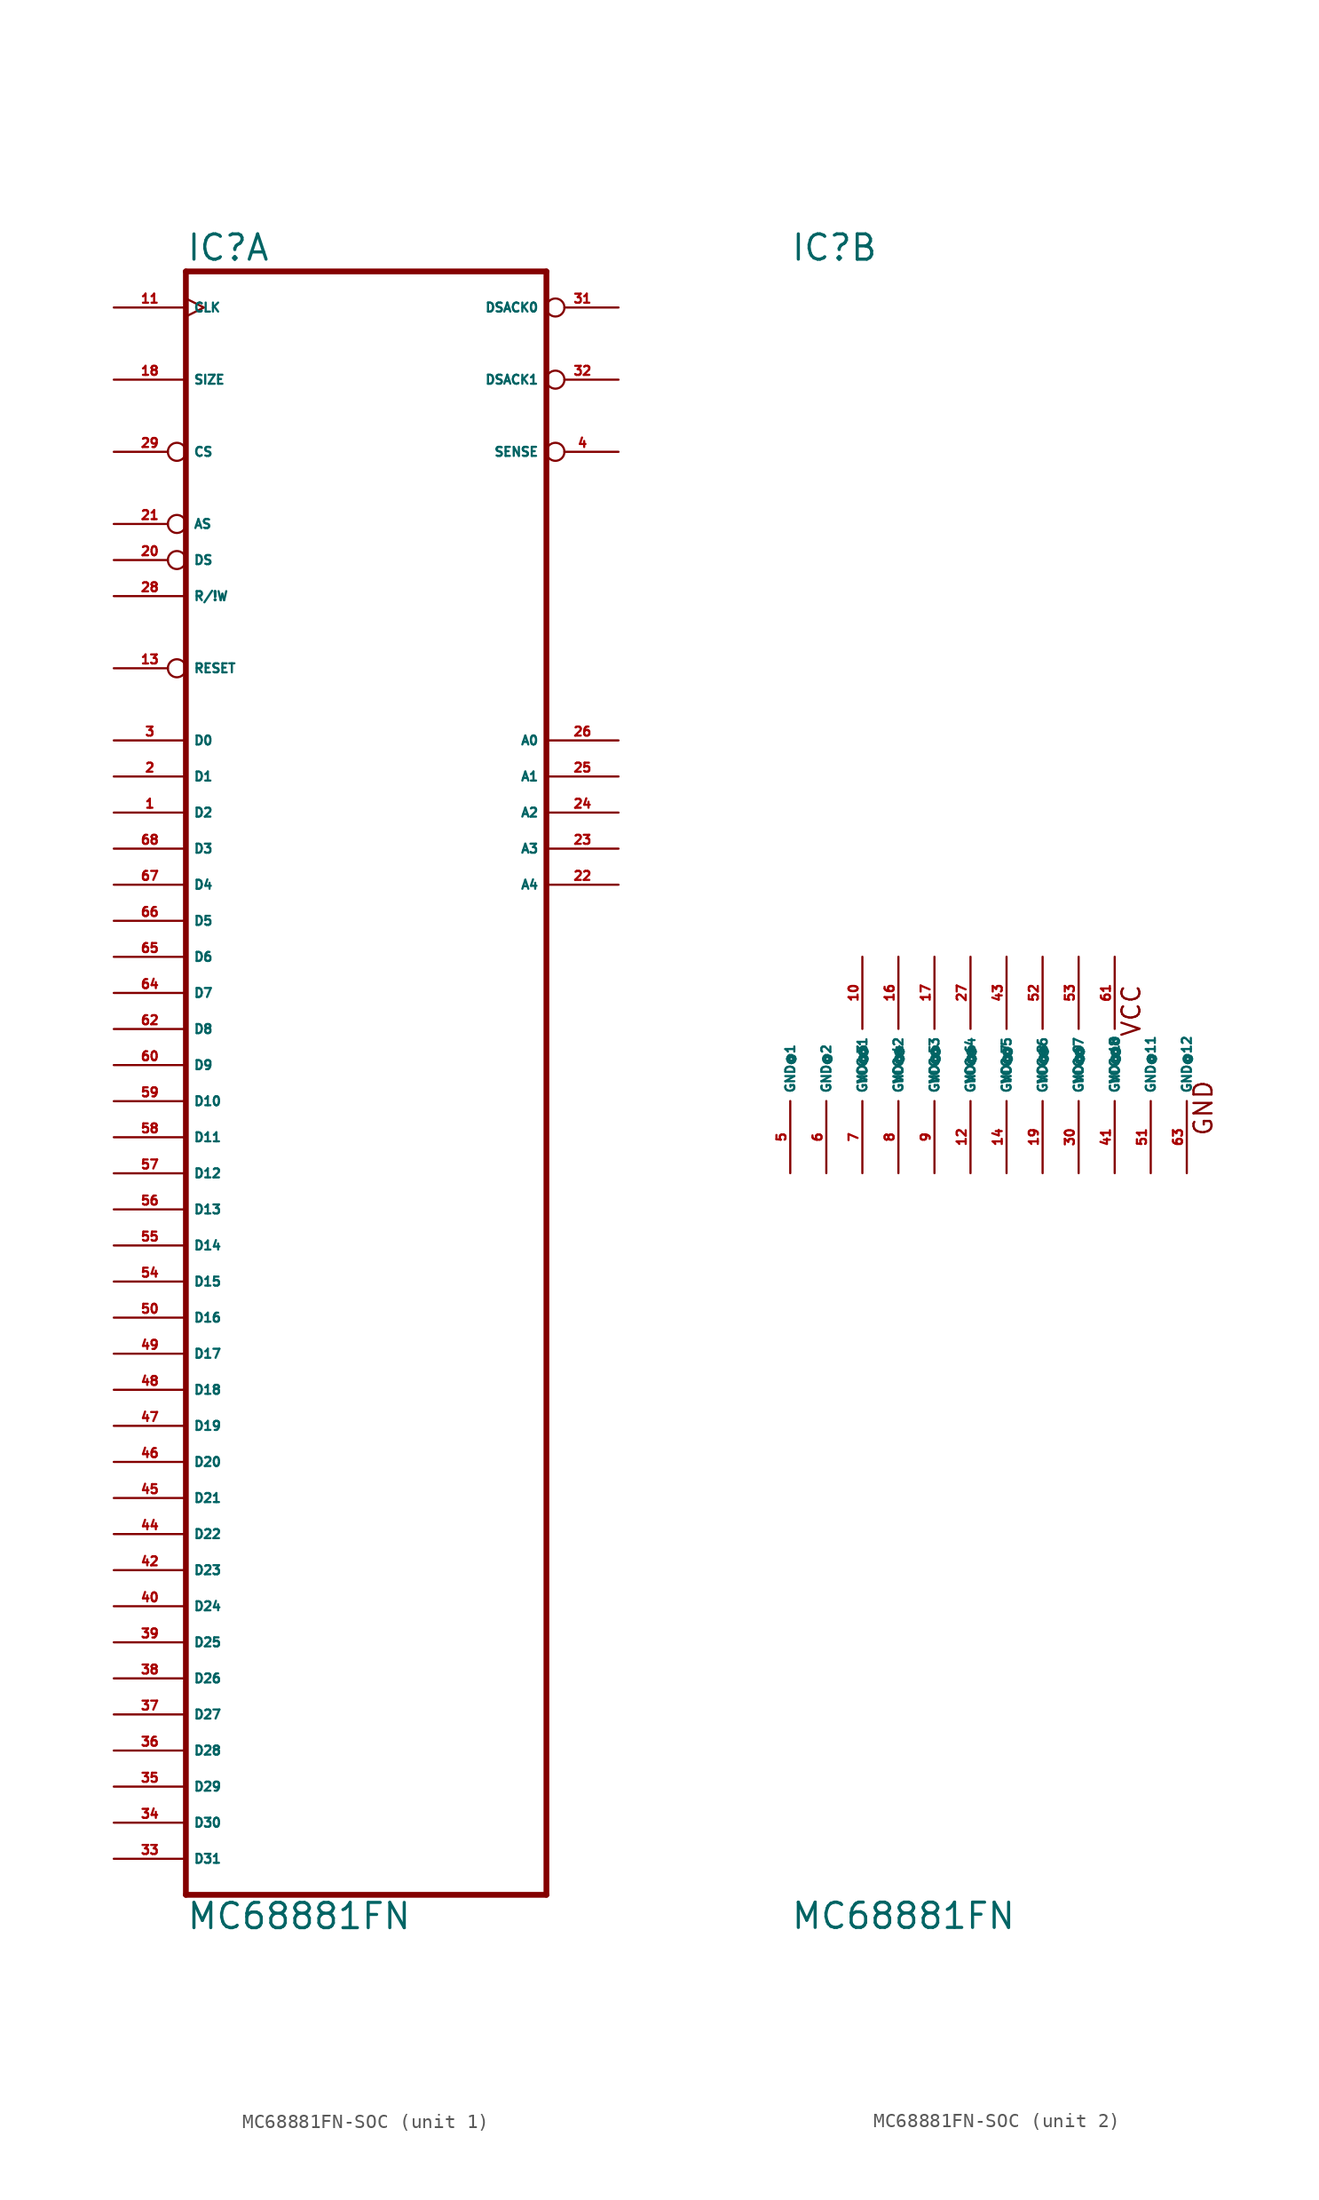
<source format=kicad_sym>
(kicad_symbol_lib
  (version 20220914)
  (generator Eagle2Kicad)
  (symbol "MC68881FN-SOC"
    (property "Reference" "IC"
      (at -12.7 56.515 0)
      (effects (font (size 1.778 1.778) (thickness 0.22)) (justify left bottom)))
    (property "Value" "MC68881FN"
      (at -12.7 -60.96 0)
      (effects (font (size 1.778 1.778) (thickness 0.22)) (justify left bottom)))
    (symbol "MC68881FN-SOC_1_0"
      (polyline (pts (xy -12.7 -58.42) (xy 12.7 -58.42)) (stroke (width 0.406) (type default)) (fill (type none)))
      (polyline (pts (xy 12.7 55.88) (xy 12.7 -58.42)) (stroke (width 0.406) (type default)) (fill (type none)))
      (polyline (pts (xy 12.7 55.88) (xy -12.7 55.88)) (stroke (width 0.406) (type default)) (fill (type none)))
      (polyline (pts (xy -12.7 -58.42) (xy -12.7 55.88)) (stroke (width 0.406) (type default)) (fill (type none)))
      (pin input line (at -17.78 48.26 0) (length 5.08) (name "SIZE" (effects (font (size 0.635 0.635) (thickness 0.08)) (justify left bottom))) (number "18" (effects (font (size 0.635 0.635) (thickness 0.08)) (justify left bottom))))
      (pin input inverted (at -17.78 27.94 0) (length 5.08) (name "RESET" (effects (font (size 0.635 0.635) (thickness 0.08)) (justify left bottom))) (number "13" (effects (font (size 0.635 0.635) (thickness 0.08)) (justify left bottom))))
      (pin bidirectional line (at -17.78 22.86 0) (length 5.08) (name "D0" (effects (font (size 0.635 0.635) (thickness 0.08)) (justify left bottom))) (number "3" (effects (font (size 0.635 0.635) (thickness 0.08)) (justify left bottom))))
      (pin bidirectional line (at -17.78 20.32 0) (length 5.08) (name "D1" (effects (font (size 0.635 0.635) (thickness 0.08)) (justify left bottom))) (number "2" (effects (font (size 0.635 0.635) (thickness 0.08)) (justify left bottom))))
      (pin bidirectional line (at -17.78 17.78 0) (length 5.08) (name "D2" (effects (font (size 0.635 0.635) (thickness 0.08)) (justify left bottom))) (number "1" (effects (font (size 0.635 0.635) (thickness 0.08)) (justify left bottom))))
      (pin bidirectional line (at -17.78 15.24 0) (length 5.08) (name "D3" (effects (font (size 0.635 0.635) (thickness 0.08)) (justify left bottom))) (number "68" (effects (font (size 0.635 0.635) (thickness 0.08)) (justify left bottom))))
      (pin bidirectional line (at -17.78 12.7 0) (length 5.08) (name "D4" (effects (font (size 0.635 0.635) (thickness 0.08)) (justify left bottom))) (number "67" (effects (font (size 0.635 0.635) (thickness 0.08)) (justify left bottom))))
      (pin bidirectional line (at -17.78 10.16 0) (length 5.08) (name "D5" (effects (font (size 0.635 0.635) (thickness 0.08)) (justify left bottom))) (number "66" (effects (font (size 0.635 0.635) (thickness 0.08)) (justify left bottom))))
      (pin bidirectional line (at -17.78 7.62 0) (length 5.08) (name "D6" (effects (font (size 0.635 0.635) (thickness 0.08)) (justify left bottom))) (number "65" (effects (font (size 0.635 0.635) (thickness 0.08)) (justify left bottom))))
      (pin bidirectional line (at -17.78 5.08 0) (length 5.08) (name "D7" (effects (font (size 0.635 0.635) (thickness 0.08)) (justify left bottom))) (number "64" (effects (font (size 0.635 0.635) (thickness 0.08)) (justify left bottom))))
      (pin bidirectional line (at -17.78 2.54 0) (length 5.08) (name "D8" (effects (font (size 0.635 0.635) (thickness 0.08)) (justify left bottom))) (number "62" (effects (font (size 0.635 0.635) (thickness 0.08)) (justify left bottom))))
      (pin bidirectional line (at -17.78 0 0) (length 5.08) (name "D9" (effects (font (size 0.635 0.635) (thickness 0.08)) (justify left bottom))) (number "60" (effects (font (size 0.635 0.635) (thickness 0.08)) (justify left bottom))))
      (pin bidirectional line (at -17.78 -2.54 0) (length 5.08) (name "D10" (effects (font (size 0.635 0.635) (thickness 0.08)) (justify left bottom))) (number "59" (effects (font (size 0.635 0.635) (thickness 0.08)) (justify left bottom))))
      (pin bidirectional line (at -17.78 -5.08 0) (length 5.08) (name "D11" (effects (font (size 0.635 0.635) (thickness 0.08)) (justify left bottom))) (number "58" (effects (font (size 0.635 0.635) (thickness 0.08)) (justify left bottom))))
      (pin bidirectional line (at -17.78 -7.62 0) (length 5.08) (name "D12" (effects (font (size 0.635 0.635) (thickness 0.08)) (justify left bottom))) (number "57" (effects (font (size 0.635 0.635) (thickness 0.08)) (justify left bottom))))
      (pin bidirectional line (at -17.78 -10.16 0) (length 5.08) (name "D13" (effects (font (size 0.635 0.635) (thickness 0.08)) (justify left bottom))) (number "56" (effects (font (size 0.635 0.635) (thickness 0.08)) (justify left bottom))))
      (pin bidirectional line (at -17.78 -12.7 0) (length 5.08) (name "D14" (effects (font (size 0.635 0.635) (thickness 0.08)) (justify left bottom))) (number "55" (effects (font (size 0.635 0.635) (thickness 0.08)) (justify left bottom))))
      (pin bidirectional line (at -17.78 -15.24 0) (length 5.08) (name "D15" (effects (font (size 0.635 0.635) (thickness 0.08)) (justify left bottom))) (number "54" (effects (font (size 0.635 0.635) (thickness 0.08)) (justify left bottom))))
      (pin input line (at -17.78 33.02 0) (length 5.08) (name "R/!W" (effects (font (size 0.635 0.635) (thickness 0.08)) (justify left bottom))) (number "28" (effects (font (size 0.635 0.635) (thickness 0.08)) (justify left bottom))))
      (pin input inverted (at -17.78 38.1 0) (length 5.08) (name "AS" (effects (font (size 0.635 0.635) (thickness 0.08)) (justify left bottom))) (number "21" (effects (font (size 0.635 0.635) (thickness 0.08)) (justify left bottom))))
      (pin input inverted (at -17.78 43.18 0) (length 5.08) (name "CS" (effects (font (size 0.635 0.635) (thickness 0.08)) (justify left bottom))) (number "29" (effects (font (size 0.635 0.635) (thickness 0.08)) (justify left bottom))))
      (pin input line (at 17.78 20.32 180) (length 5.08) (name "A1" (effects (font (size 0.635 0.635) (thickness 0.08)) (justify left bottom))) (number "25" (effects (font (size 0.635 0.635) (thickness 0.08)) (justify left bottom))))
      (pin input line (at 17.78 17.78 180) (length 5.08) (name "A2" (effects (font (size 0.635 0.635) (thickness 0.08)) (justify left bottom))) (number "24" (effects (font (size 0.635 0.635) (thickness 0.08)) (justify left bottom))))
      (pin input line (at 17.78 15.24 180) (length 5.08) (name "A3" (effects (font (size 0.635 0.635) (thickness 0.08)) (justify left bottom))) (number "23" (effects (font (size 0.635 0.635) (thickness 0.08)) (justify left bottom))))
      (pin input line (at 17.78 12.7 180) (length 5.08) (name "A4" (effects (font (size 0.635 0.635) (thickness 0.08)) (justify left bottom))) (number "22" (effects (font (size 0.635 0.635) (thickness 0.08)) (justify left bottom))))
      (pin bidirectional line (at -17.78 -17.78 0) (length 5.08) (name "D16" (effects (font (size 0.635 0.635) (thickness 0.08)) (justify left bottom))) (number "50" (effects (font (size 0.635 0.635) (thickness 0.08)) (justify left bottom))))
      (pin bidirectional line (at -17.78 -20.32 0) (length 5.08) (name "D17" (effects (font (size 0.635 0.635) (thickness 0.08)) (justify left bottom))) (number "49" (effects (font (size 0.635 0.635) (thickness 0.08)) (justify left bottom))))
      (pin bidirectional line (at -17.78 -22.86 0) (length 5.08) (name "D18" (effects (font (size 0.635 0.635) (thickness 0.08)) (justify left bottom))) (number "48" (effects (font (size 0.635 0.635) (thickness 0.08)) (justify left bottom))))
      (pin bidirectional line (at -17.78 -25.4 0) (length 5.08) (name "D19" (effects (font (size 0.635 0.635) (thickness 0.08)) (justify left bottom))) (number "47" (effects (font (size 0.635 0.635) (thickness 0.08)) (justify left bottom))))
      (pin bidirectional line (at -17.78 -27.94 0) (length 5.08) (name "D20" (effects (font (size 0.635 0.635) (thickness 0.08)) (justify left bottom))) (number "46" (effects (font (size 0.635 0.635) (thickness 0.08)) (justify left bottom))))
      (pin bidirectional line (at -17.78 -30.48 0) (length 5.08) (name "D21" (effects (font (size 0.635 0.635) (thickness 0.08)) (justify left bottom))) (number "45" (effects (font (size 0.635 0.635) (thickness 0.08)) (justify left bottom))))
      (pin bidirectional line (at -17.78 -33.02 0) (length 5.08) (name "D22" (effects (font (size 0.635 0.635) (thickness 0.08)) (justify left bottom))) (number "44" (effects (font (size 0.635 0.635) (thickness 0.08)) (justify left bottom))))
      (pin bidirectional line (at -17.78 -35.56 0) (length 5.08) (name "D23" (effects (font (size 0.635 0.635) (thickness 0.08)) (justify left bottom))) (number "42" (effects (font (size 0.635 0.635) (thickness 0.08)) (justify left bottom))))
      (pin bidirectional line (at -17.78 -38.1 0) (length 5.08) (name "D24" (effects (font (size 0.635 0.635) (thickness 0.08)) (justify left bottom))) (number "40" (effects (font (size 0.635 0.635) (thickness 0.08)) (justify left bottom))))
      (pin bidirectional line (at -17.78 -40.64 0) (length 5.08) (name "D25" (effects (font (size 0.635 0.635) (thickness 0.08)) (justify left bottom))) (number "39" (effects (font (size 0.635 0.635) (thickness 0.08)) (justify left bottom))))
      (pin bidirectional line (at -17.78 -43.18 0) (length 5.08) (name "D26" (effects (font (size 0.635 0.635) (thickness 0.08)) (justify left bottom))) (number "38" (effects (font (size 0.635 0.635) (thickness 0.08)) (justify left bottom))))
      (pin bidirectional line (at -17.78 -45.72 0) (length 5.08) (name "D27" (effects (font (size 0.635 0.635) (thickness 0.08)) (justify left bottom))) (number "37" (effects (font (size 0.635 0.635) (thickness 0.08)) (justify left bottom))))
      (pin bidirectional line (at -17.78 -48.26 0) (length 5.08) (name "D28" (effects (font (size 0.635 0.635) (thickness 0.08)) (justify left bottom))) (number "36" (effects (font (size 0.635 0.635) (thickness 0.08)) (justify left bottom))))
      (pin bidirectional line (at -17.78 -50.8 0) (length 5.08) (name "D29" (effects (font (size 0.635 0.635) (thickness 0.08)) (justify left bottom))) (number "35" (effects (font (size 0.635 0.635) (thickness 0.08)) (justify left bottom))))
      (pin bidirectional line (at -17.78 -53.34 0) (length 5.08) (name "D30" (effects (font (size 0.635 0.635) (thickness 0.08)) (justify left bottom))) (number "34" (effects (font (size 0.635 0.635) (thickness 0.08)) (justify left bottom))))
      (pin bidirectional line (at -17.78 -55.88 0) (length 5.08) (name "D31" (effects (font (size 0.635 0.635) (thickness 0.08)) (justify left bottom))) (number "33" (effects (font (size 0.635 0.635) (thickness 0.08)) (justify left bottom))))
      (pin input line (at 17.78 22.86 180) (length 5.08) (name "A0" (effects (font (size 0.635 0.635) (thickness 0.08)) (justify left bottom))) (number "26" (effects (font (size 0.635 0.635) (thickness 0.08)) (justify left bottom))))
      (pin input inverted (at -17.78 35.56 0) (length 5.08) (name "DS" (effects (font (size 0.635 0.635) (thickness 0.08)) (justify left bottom))) (number "20" (effects (font (size 0.635 0.635) (thickness 0.08)) (justify left bottom))))
      (pin output inverted (at 17.78 53.34 180) (length 5.08) (name "DSACK0" (effects (font (size 0.635 0.635) (thickness 0.08)) (justify left bottom))) (number "31" (effects (font (size 0.635 0.635) (thickness 0.08)) (justify left bottom))))
      (pin output inverted (at 17.78 48.26 180) (length 5.08) (name "DSACK1" (effects (font (size 0.635 0.635) (thickness 0.08)) (justify left bottom))) (number "32" (effects (font (size 0.635 0.635) (thickness 0.08)) (justify left bottom))))
      (pin bidirectional inverted (at 17.78 43.18 180) (length 5.08) (name "SENSE" (effects (font (size 0.635 0.635) (thickness 0.08)) (justify left bottom))) (number "4" (effects (font (size 0.635 0.635) (thickness 0.08)) (justify left bottom))))
      (pin input clock (at -17.78 53.34 0) (length 5.08) (name "CLK" (effects (font (size 0.635 0.635) (thickness 0.08)) (justify left bottom))) (number "11" (effects (font (size 0.635 0.635) (thickness 0.08)) (justify left bottom)))))
    (symbol "MC68881FN-SOC_2_0"
      (text "GND" (at 17.145 -5.08 900) (effects (font (size 1.27 1.27) (thickness 0.16)) (justify left bottom)))
      (text "VCC" (at 12.065 1.905 900) (effects (font (size 1.27 1.27) (thickness 0.16)) (justify left bottom)))
      (pin unspecified line (at -12.7 -7.62 90) (length 5.08) (name "GND@1" (effects (font (size 0.635 0.635) (thickness 0.08)) (justify left bottom))) (number "5" (effects (font (size 0.635 0.635) (thickness 0.08)) (justify left bottom))))
      (pin unspecified line (at -10.16 -7.62 90) (length 5.08) (name "GND@2" (effects (font (size 0.635 0.635) (thickness 0.08)) (justify left bottom))) (number "6" (effects (font (size 0.635 0.635) (thickness 0.08)) (justify left bottom))))
      (pin unspecified line (at -7.62 -7.62 90) (length 5.08) (name "GND@3" (effects (font (size 0.635 0.635) (thickness 0.08)) (justify left bottom))) (number "7" (effects (font (size 0.635 0.635) (thickness 0.08)) (justify left bottom))))
      (pin unspecified line (at -5.08 -7.62 90) (length 5.08) (name "GND@4" (effects (font (size 0.635 0.635) (thickness 0.08)) (justify left bottom))) (number "8" (effects (font (size 0.635 0.635) (thickness 0.08)) (justify left bottom))))
      (pin unspecified line (at -2.54 -7.62 90) (length 5.08) (name "GND@5" (effects (font (size 0.635 0.635) (thickness 0.08)) (justify left bottom))) (number "9" (effects (font (size 0.635 0.635) (thickness 0.08)) (justify left bottom))))
      (pin unspecified line (at 0 -7.62 90) (length 5.08) (name "GND@6" (effects (font (size 0.635 0.635) (thickness 0.08)) (justify left bottom))) (number "12" (effects (font (size 0.635 0.635) (thickness 0.08)) (justify left bottom))))
      (pin unspecified line (at 2.54 -7.62 90) (length 5.08) (name "GND@7" (effects (font (size 0.635 0.635) (thickness 0.08)) (justify left bottom))) (number "14" (effects (font (size 0.635 0.635) (thickness 0.08)) (justify left bottom))))
      (pin unspecified line (at 5.08 -7.62 90) (length 5.08) (name "GND@8" (effects (font (size 0.635 0.635) (thickness 0.08)) (justify left bottom))) (number "19" (effects (font (size 0.635 0.635) (thickness 0.08)) (justify left bottom))))
      (pin unspecified line (at 7.62 -7.62 90) (length 5.08) (name "GND@9" (effects (font (size 0.635 0.635) (thickness 0.08)) (justify left bottom))) (number "30" (effects (font (size 0.635 0.635) (thickness 0.08)) (justify left bottom))))
      (pin unspecified line (at 10.16 -7.62 90) (length 5.08) (name "GND@10" (effects (font (size 0.635 0.635) (thickness 0.08)) (justify left bottom))) (number "41" (effects (font (size 0.635 0.635) (thickness 0.08)) (justify left bottom))))
      (pin unspecified line (at 12.7 -7.62 90) (length 5.08) (name "GND@11" (effects (font (size 0.635 0.635) (thickness 0.08)) (justify left bottom))) (number "51" (effects (font (size 0.635 0.635) (thickness 0.08)) (justify left bottom))))
      (pin unspecified line (at 15.24 -7.62 90) (length 5.08) (name "GND@12" (effects (font (size 0.635 0.635) (thickness 0.08)) (justify left bottom))) (number "63" (effects (font (size 0.635 0.635) (thickness 0.08)) (justify left bottom))))
      (pin unspecified line (at -7.62 7.62 270) (length 5.08) (name "VCC@1" (effects (font (size 0.635 0.635) (thickness 0.08)) (justify left bottom))) (number "10" (effects (font (size 0.635 0.635) (thickness 0.08)) (justify left bottom))))
      (pin unspecified line (at -5.08 7.62 270) (length 5.08) (name "VCC@2" (effects (font (size 0.635 0.635) (thickness 0.08)) (justify left bottom))) (number "16" (effects (font (size 0.635 0.635) (thickness 0.08)) (justify left bottom))))
      (pin unspecified line (at -2.54 7.62 270) (length 5.08) (name "VCC@3" (effects (font (size 0.635 0.635) (thickness 0.08)) (justify left bottom))) (number "17" (effects (font (size 0.635 0.635) (thickness 0.08)) (justify left bottom))))
      (pin unspecified line (at 0 7.62 270) (length 5.08) (name "VCC@4" (effects (font (size 0.635 0.635) (thickness 0.08)) (justify left bottom))) (number "27" (effects (font (size 0.635 0.635) (thickness 0.08)) (justify left bottom))))
      (pin unspecified line (at 2.54 7.62 270) (length 5.08) (name "VCC@5" (effects (font (size 0.635 0.635) (thickness 0.08)) (justify left bottom))) (number "43" (effects (font (size 0.635 0.635) (thickness 0.08)) (justify left bottom))))
      (pin unspecified line (at 5.08 7.62 270) (length 5.08) (name "VCC@6" (effects (font (size 0.635 0.635) (thickness 0.08)) (justify left bottom))) (number "52" (effects (font (size 0.635 0.635) (thickness 0.08)) (justify left bottom))))
      (pin unspecified line (at 7.62 7.62 270) (length 5.08) (name "VCC@7" (effects (font (size 0.635 0.635) (thickness 0.08)) (justify left bottom))) (number "53" (effects (font (size 0.635 0.635) (thickness 0.08)) (justify left bottom))))
      (pin unspecified line (at 10.16 7.62 270) (length 5.08) (name "VCC@8" (effects (font (size 0.635 0.635) (thickness 0.08)) (justify left bottom))) (number "61" (effects (font (size 0.635 0.635) (thickness 0.08)) (justify left bottom)))))))
</source>
